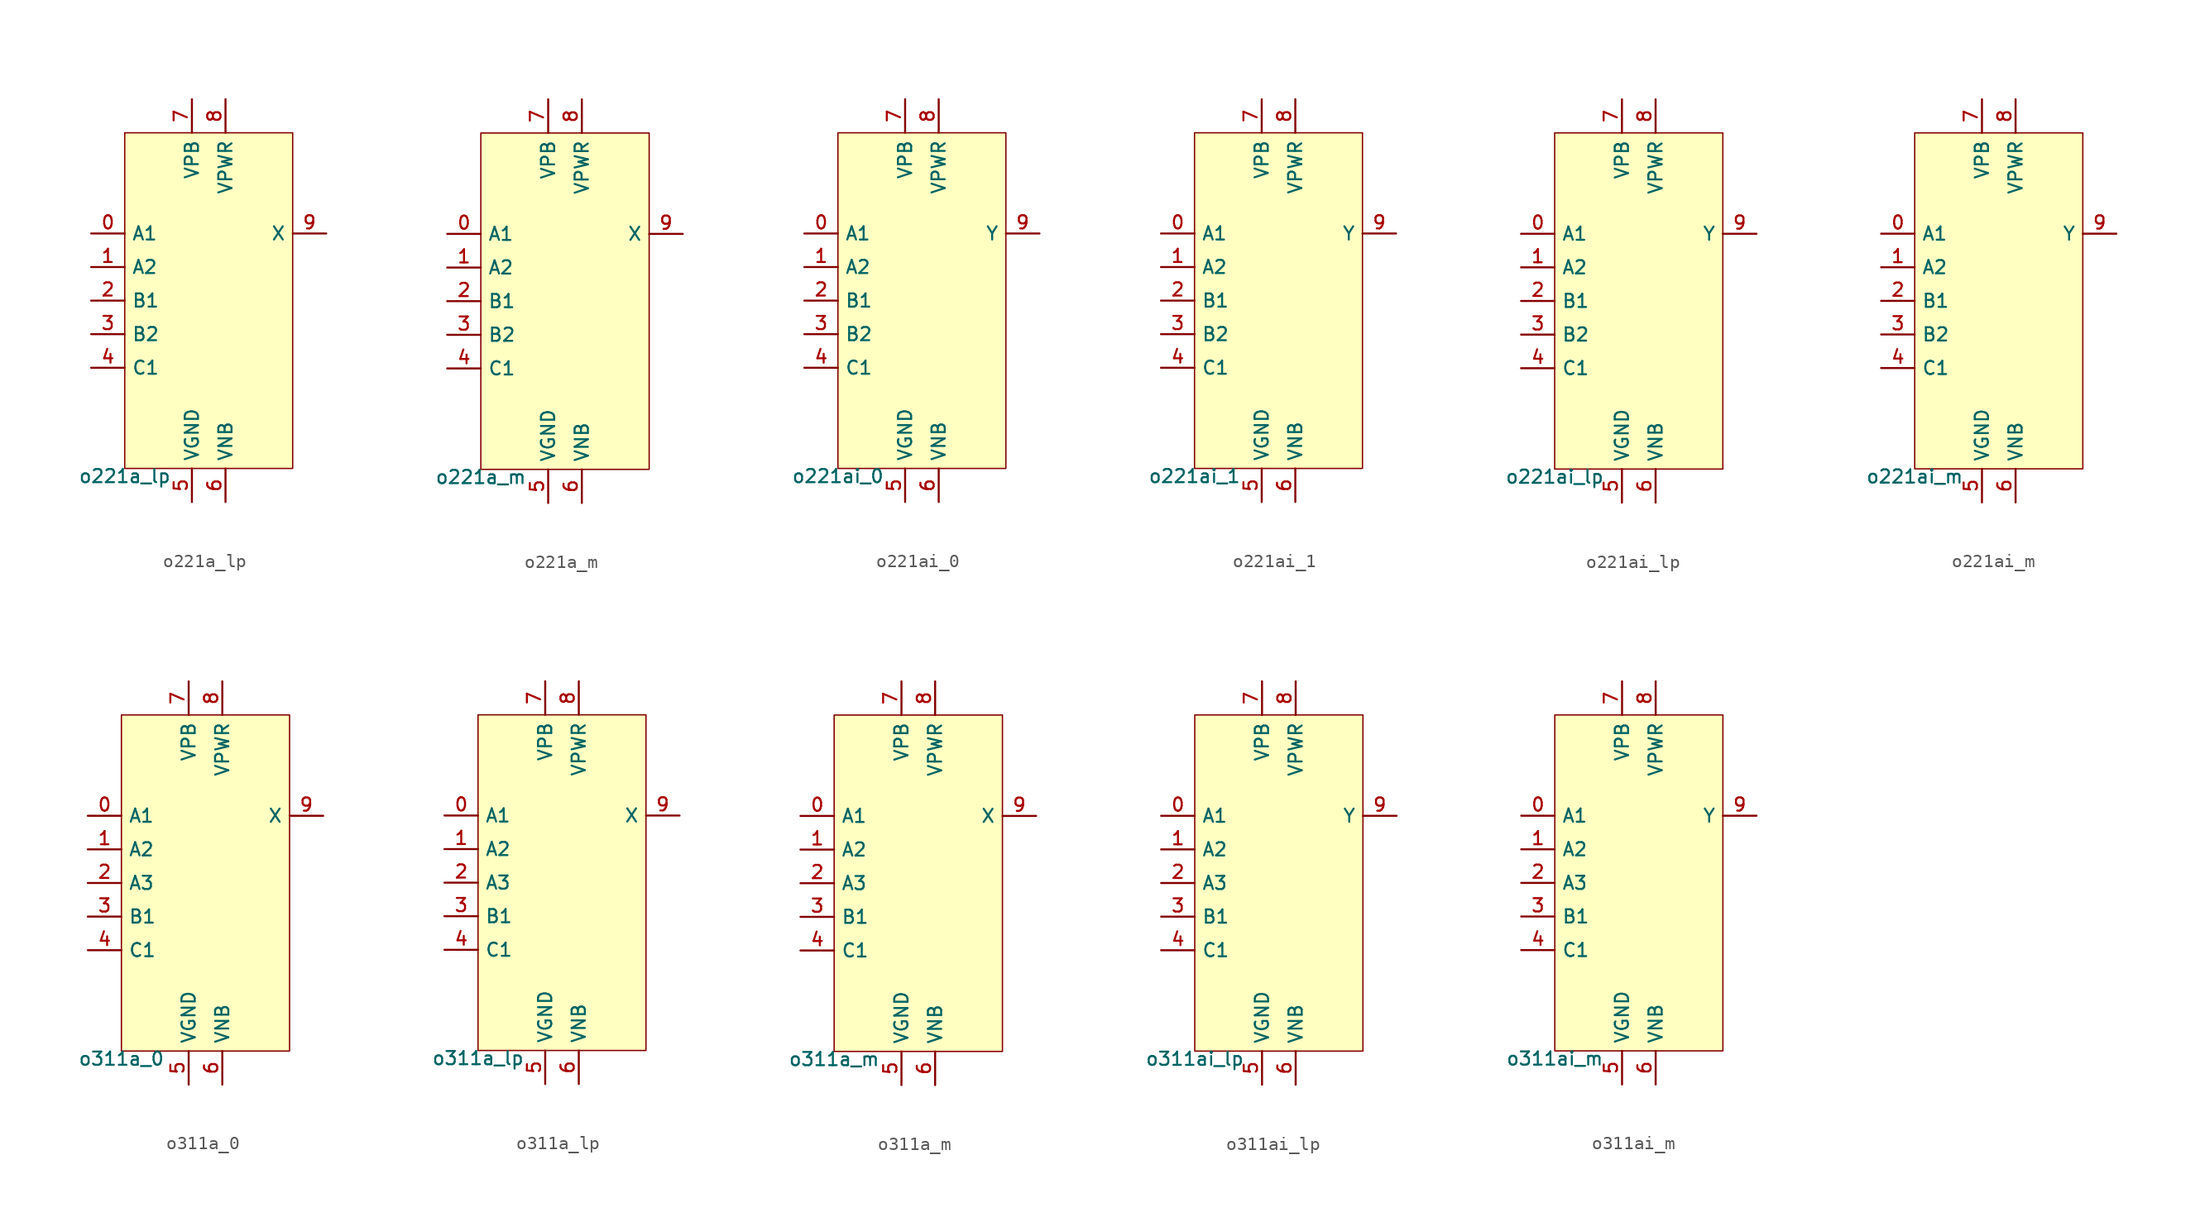
<source format=kicad_sym>
(kicad_symbol_lib
  (version 20211014)
  (generator pdk2kicad)
  (symbol "o221a_lp"
    (property "Reference" "X"
      (at 0 0 0)
      (effects (font (size 1 1)) hide))
    (property "Value" "o221a_lp"
      (at -6.35 -12.7 0)
      (effects (font (size 1 1)) (justify top)))
    (rectangle
      (start -6.35 -12.7)
      (end 6.35 12.7)
      (stroke (width 0.1) (type solid) (color 0 0 0 0))
      (fill (type background)))
    (pin input line
      (at -8.89 5.08 0)
      (length 2.54)
      (name "A1" (effects (font (size 1 1)) hide))
      (number "0" (effects (font (size 1 1)) hide)))
    (pin input line
      (at -8.89 2.54 0)
      (length 2.54)
      (name "A2" (effects (font (size 1 1)) hide))
      (number "1" (effects (font (size 1 1)) hide)))
    (pin input line
      (at -8.89 -8.881784197001252e-16 0)
      (length 2.54)
      (name "B1" (effects (font (size 1 1)) hide))
      (number "2" (effects (font (size 1 1)) hide)))
    (pin input line
      (at -8.89 -2.54 0)
      (length 2.54)
      (name "B2" (effects (font (size 1 1)) hide))
      (number "3" (effects (font (size 1 1)) hide)))
    (pin input line
      (at -8.89 -5.08 0)
      (length 2.54)
      (name "C1" (effects (font (size 1 1)) hide))
      (number "4" (effects (font (size 1 1)) hide)))
    (pin power_in line
      (at -1.27 -15.24 90)
      (length 2.54)
      (name "VGND" (effects (font (size 1 1)) hide))
      (number "5" (effects (font (size 1 1)) hide)))
    (pin power_in line
      (at 1.27 -15.24 90)
      (length 2.54)
      (name "VNB" (effects (font (size 1 1)) hide))
      (number "6" (effects (font (size 1 1)) hide)))
    (pin power_in line
      (at -1.27 15.24 270)
      (length 2.54)
      (name "VPB" (effects (font (size 1 1)) hide))
      (number "7" (effects (font (size 1 1)) hide)))
    (pin power_in line
      (at 1.27 15.24 270)
      (length 2.54)
      (name "VPWR" (effects (font (size 1 1)) hide))
      (number "8" (effects (font (size 1 1)) hide)))
    (pin output line
      (at 8.89 5.08 180)
      (length 2.54)
      (name "X" (effects (font (size 1 1)) hide))
      (number "9" (effects (font (size 1 1)) hide))))
  (symbol "o221a_m"
    (property "Reference" "X"
      (at 0 0 0)
      (effects (font (size 1 1)) hide))
    (property "Value" "o221a_m"
      (at -6.35 -12.7 0)
      (effects (font (size 1 1)) (justify top)))
    (rectangle
      (start -6.35 -12.7)
      (end 6.35 12.7)
      (stroke (width 0.1) (type solid) (color 0 0 0 0))
      (fill (type background)))
    (pin input line
      (at -8.89 5.08 0)
      (length 2.54)
      (name "A1" (effects (font (size 1 1)) hide))
      (number "0" (effects (font (size 1 1)) hide)))
    (pin input line
      (at -8.89 2.54 0)
      (length 2.54)
      (name "A2" (effects (font (size 1 1)) hide))
      (number "1" (effects (font (size 1 1)) hide)))
    (pin input line
      (at -8.89 -8.881784197001252e-16 0)
      (length 2.54)
      (name "B1" (effects (font (size 1 1)) hide))
      (number "2" (effects (font (size 1 1)) hide)))
    (pin input line
      (at -8.89 -2.54 0)
      (length 2.54)
      (name "B2" (effects (font (size 1 1)) hide))
      (number "3" (effects (font (size 1 1)) hide)))
    (pin input line
      (at -8.89 -5.08 0)
      (length 2.54)
      (name "C1" (effects (font (size 1 1)) hide))
      (number "4" (effects (font (size 1 1)) hide)))
    (pin power_in line
      (at -1.27 -15.24 90)
      (length 2.54)
      (name "VGND" (effects (font (size 1 1)) hide))
      (number "5" (effects (font (size 1 1)) hide)))
    (pin power_in line
      (at 1.27 -15.24 90)
      (length 2.54)
      (name "VNB" (effects (font (size 1 1)) hide))
      (number "6" (effects (font (size 1 1)) hide)))
    (pin power_in line
      (at -1.27 15.24 270)
      (length 2.54)
      (name "VPB" (effects (font (size 1 1)) hide))
      (number "7" (effects (font (size 1 1)) hide)))
    (pin power_in line
      (at 1.27 15.24 270)
      (length 2.54)
      (name "VPWR" (effects (font (size 1 1)) hide))
      (number "8" (effects (font (size 1 1)) hide)))
    (pin output line
      (at 8.89 5.08 180)
      (length 2.54)
      (name "X" (effects (font (size 1 1)) hide))
      (number "9" (effects (font (size 1 1)) hide))))
  (symbol "o221ai_0"
    (property "Reference" "X"
      (at 0 0 0)
      (effects (font (size 1 1)) hide))
    (property "Value" "o221ai_0"
      (at -6.35 -12.7 0)
      (effects (font (size 1 1)) (justify top)))
    (rectangle
      (start -6.35 -12.7)
      (end 6.35 12.7)
      (stroke (width 0.1) (type solid) (color 0 0 0 0))
      (fill (type background)))
    (pin input line
      (at -8.89 5.08 0)
      (length 2.54)
      (name "A1" (effects (font (size 1 1)) hide))
      (number "0" (effects (font (size 1 1)) hide)))
    (pin input line
      (at -8.89 2.54 0)
      (length 2.54)
      (name "A2" (effects (font (size 1 1)) hide))
      (number "1" (effects (font (size 1 1)) hide)))
    (pin input line
      (at -8.89 -8.881784197001252e-16 0)
      (length 2.54)
      (name "B1" (effects (font (size 1 1)) hide))
      (number "2" (effects (font (size 1 1)) hide)))
    (pin input line
      (at -8.89 -2.54 0)
      (length 2.54)
      (name "B2" (effects (font (size 1 1)) hide))
      (number "3" (effects (font (size 1 1)) hide)))
    (pin input line
      (at -8.89 -5.08 0)
      (length 2.54)
      (name "C1" (effects (font (size 1 1)) hide))
      (number "4" (effects (font (size 1 1)) hide)))
    (pin power_in line
      (at -1.27 -15.24 90)
      (length 2.54)
      (name "VGND" (effects (font (size 1 1)) hide))
      (number "5" (effects (font (size 1 1)) hide)))
    (pin power_in line
      (at 1.27 -15.24 90)
      (length 2.54)
      (name "VNB" (effects (font (size 1 1)) hide))
      (number "6" (effects (font (size 1 1)) hide)))
    (pin power_in line
      (at -1.27 15.24 270)
      (length 2.54)
      (name "VPB" (effects (font (size 1 1)) hide))
      (number "7" (effects (font (size 1 1)) hide)))
    (pin power_in line
      (at 1.27 15.24 270)
      (length 2.54)
      (name "VPWR" (effects (font (size 1 1)) hide))
      (number "8" (effects (font (size 1 1)) hide)))
    (pin output line
      (at 8.89 5.08 180)
      (length 2.54)
      (name "Y" (effects (font (size 1 1)) hide))
      (number "9" (effects (font (size 1 1)) hide))))
  (symbol "o221ai_1"
    (property "Reference" "X"
      (at 0 0 0)
      (effects (font (size 1 1)) hide))
    (property "Value" "o221ai_1"
      (at -6.35 -12.7 0)
      (effects (font (size 1 1)) (justify top)))
    (rectangle
      (start -6.35 -12.7)
      (end 6.35 12.7)
      (stroke (width 0.1) (type solid) (color 0 0 0 0))
      (fill (type background)))
    (pin input line
      (at -8.89 5.08 0)
      (length 2.54)
      (name "A1" (effects (font (size 1 1)) hide))
      (number "0" (effects (font (size 1 1)) hide)))
    (pin input line
      (at -8.89 2.54 0)
      (length 2.54)
      (name "A2" (effects (font (size 1 1)) hide))
      (number "1" (effects (font (size 1 1)) hide)))
    (pin input line
      (at -8.89 -8.881784197001252e-16 0)
      (length 2.54)
      (name "B1" (effects (font (size 1 1)) hide))
      (number "2" (effects (font (size 1 1)) hide)))
    (pin input line
      (at -8.89 -2.54 0)
      (length 2.54)
      (name "B2" (effects (font (size 1 1)) hide))
      (number "3" (effects (font (size 1 1)) hide)))
    (pin input line
      (at -8.89 -5.08 0)
      (length 2.54)
      (name "C1" (effects (font (size 1 1)) hide))
      (number "4" (effects (font (size 1 1)) hide)))
    (pin power_in line
      (at -1.27 -15.24 90)
      (length 2.54)
      (name "VGND" (effects (font (size 1 1)) hide))
      (number "5" (effects (font (size 1 1)) hide)))
    (pin power_in line
      (at 1.27 -15.24 90)
      (length 2.54)
      (name "VNB" (effects (font (size 1 1)) hide))
      (number "6" (effects (font (size 1 1)) hide)))
    (pin power_in line
      (at -1.27 15.24 270)
      (length 2.54)
      (name "VPB" (effects (font (size 1 1)) hide))
      (number "7" (effects (font (size 1 1)) hide)))
    (pin power_in line
      (at 1.27 15.24 270)
      (length 2.54)
      (name "VPWR" (effects (font (size 1 1)) hide))
      (number "8" (effects (font (size 1 1)) hide)))
    (pin output line
      (at 8.89 5.08 180)
      (length 2.54)
      (name "Y" (effects (font (size 1 1)) hide))
      (number "9" (effects (font (size 1 1)) hide))))
  (symbol "o221ai_lp"
    (property "Reference" "X"
      (at 0 0 0)
      (effects (font (size 1 1)) hide))
    (property "Value" "o221ai_lp"
      (at -6.35 -12.7 0)
      (effects (font (size 1 1)) (justify top)))
    (rectangle
      (start -6.35 -12.7)
      (end 6.35 12.7)
      (stroke (width 0.1) (type solid) (color 0 0 0 0))
      (fill (type background)))
    (pin input line
      (at -8.89 5.08 0)
      (length 2.54)
      (name "A1" (effects (font (size 1 1)) hide))
      (number "0" (effects (font (size 1 1)) hide)))
    (pin input line
      (at -8.89 2.54 0)
      (length 2.54)
      (name "A2" (effects (font (size 1 1)) hide))
      (number "1" (effects (font (size 1 1)) hide)))
    (pin input line
      (at -8.89 -8.881784197001252e-16 0)
      (length 2.54)
      (name "B1" (effects (font (size 1 1)) hide))
      (number "2" (effects (font (size 1 1)) hide)))
    (pin input line
      (at -8.89 -2.54 0)
      (length 2.54)
      (name "B2" (effects (font (size 1 1)) hide))
      (number "3" (effects (font (size 1 1)) hide)))
    (pin input line
      (at -8.89 -5.08 0)
      (length 2.54)
      (name "C1" (effects (font (size 1 1)) hide))
      (number "4" (effects (font (size 1 1)) hide)))
    (pin power_in line
      (at -1.27 -15.24 90)
      (length 2.54)
      (name "VGND" (effects (font (size 1 1)) hide))
      (number "5" (effects (font (size 1 1)) hide)))
    (pin power_in line
      (at 1.27 -15.24 90)
      (length 2.54)
      (name "VNB" (effects (font (size 1 1)) hide))
      (number "6" (effects (font (size 1 1)) hide)))
    (pin power_in line
      (at -1.27 15.24 270)
      (length 2.54)
      (name "VPB" (effects (font (size 1 1)) hide))
      (number "7" (effects (font (size 1 1)) hide)))
    (pin power_in line
      (at 1.27 15.24 270)
      (length 2.54)
      (name "VPWR" (effects (font (size 1 1)) hide))
      (number "8" (effects (font (size 1 1)) hide)))
    (pin output line
      (at 8.89 5.08 180)
      (length 2.54)
      (name "Y" (effects (font (size 1 1)) hide))
      (number "9" (effects (font (size 1 1)) hide))))
  (symbol "o221ai_m"
    (property "Reference" "X"
      (at 0 0 0)
      (effects (font (size 1 1)) hide))
    (property "Value" "o221ai_m"
      (at -6.35 -12.7 0)
      (effects (font (size 1 1)) (justify top)))
    (rectangle
      (start -6.35 -12.7)
      (end 6.35 12.7)
      (stroke (width 0.1) (type solid) (color 0 0 0 0))
      (fill (type background)))
    (pin input line
      (at -8.89 5.08 0)
      (length 2.54)
      (name "A1" (effects (font (size 1 1)) hide))
      (number "0" (effects (font (size 1 1)) hide)))
    (pin input line
      (at -8.89 2.54 0)
      (length 2.54)
      (name "A2" (effects (font (size 1 1)) hide))
      (number "1" (effects (font (size 1 1)) hide)))
    (pin input line
      (at -8.89 -8.881784197001252e-16 0)
      (length 2.54)
      (name "B1" (effects (font (size 1 1)) hide))
      (number "2" (effects (font (size 1 1)) hide)))
    (pin input line
      (at -8.89 -2.54 0)
      (length 2.54)
      (name "B2" (effects (font (size 1 1)) hide))
      (number "3" (effects (font (size 1 1)) hide)))
    (pin input line
      (at -8.89 -5.08 0)
      (length 2.54)
      (name "C1" (effects (font (size 1 1)) hide))
      (number "4" (effects (font (size 1 1)) hide)))
    (pin power_in line
      (at -1.27 -15.24 90)
      (length 2.54)
      (name "VGND" (effects (font (size 1 1)) hide))
      (number "5" (effects (font (size 1 1)) hide)))
    (pin power_in line
      (at 1.27 -15.24 90)
      (length 2.54)
      (name "VNB" (effects (font (size 1 1)) hide))
      (number "6" (effects (font (size 1 1)) hide)))
    (pin power_in line
      (at -1.27 15.24 270)
      (length 2.54)
      (name "VPB" (effects (font (size 1 1)) hide))
      (number "7" (effects (font (size 1 1)) hide)))
    (pin power_in line
      (at 1.27 15.24 270)
      (length 2.54)
      (name "VPWR" (effects (font (size 1 1)) hide))
      (number "8" (effects (font (size 1 1)) hide)))
    (pin output line
      (at 8.89 5.08 180)
      (length 2.54)
      (name "Y" (effects (font (size 1 1)) hide))
      (number "9" (effects (font (size 1 1)) hide))))
  (symbol "o311a_0"
    (property "Reference" "X"
      (at 0 0 0)
      (effects (font (size 1 1)) hide))
    (property "Value" "o311a_0"
      (at -6.35 -12.7 0)
      (effects (font (size 1 1)) (justify top)))
    (rectangle
      (start -6.35 -12.7)
      (end 6.35 12.7)
      (stroke (width 0.1) (type solid) (color 0 0 0 0))
      (fill (type background)))
    (pin input line
      (at -8.89 5.08 0)
      (length 2.54)
      (name "A1" (effects (font (size 1 1)) hide))
      (number "0" (effects (font (size 1 1)) hide)))
    (pin input line
      (at -8.89 2.54 0)
      (length 2.54)
      (name "A2" (effects (font (size 1 1)) hide))
      (number "1" (effects (font (size 1 1)) hide)))
    (pin input line
      (at -8.89 -8.881784197001252e-16 0)
      (length 2.54)
      (name "A3" (effects (font (size 1 1)) hide))
      (number "2" (effects (font (size 1 1)) hide)))
    (pin input line
      (at -8.89 -2.54 0)
      (length 2.54)
      (name "B1" (effects (font (size 1 1)) hide))
      (number "3" (effects (font (size 1 1)) hide)))
    (pin input line
      (at -8.89 -5.08 0)
      (length 2.54)
      (name "C1" (effects (font (size 1 1)) hide))
      (number "4" (effects (font (size 1 1)) hide)))
    (pin power_in line
      (at -1.27 -15.24 90)
      (length 2.54)
      (name "VGND" (effects (font (size 1 1)) hide))
      (number "5" (effects (font (size 1 1)) hide)))
    (pin power_in line
      (at 1.27 -15.24 90)
      (length 2.54)
      (name "VNB" (effects (font (size 1 1)) hide))
      (number "6" (effects (font (size 1 1)) hide)))
    (pin power_in line
      (at -1.27 15.24 270)
      (length 2.54)
      (name "VPB" (effects (font (size 1 1)) hide))
      (number "7" (effects (font (size 1 1)) hide)))
    (pin power_in line
      (at 1.27 15.24 270)
      (length 2.54)
      (name "VPWR" (effects (font (size 1 1)) hide))
      (number "8" (effects (font (size 1 1)) hide)))
    (pin output line
      (at 8.89 5.08 180)
      (length 2.54)
      (name "X" (effects (font (size 1 1)) hide))
      (number "9" (effects (font (size 1 1)) hide))))
  (symbol "o311a_lp"
    (property "Reference" "X"
      (at 0 0 0)
      (effects (font (size 1 1)) hide))
    (property "Value" "o311a_lp"
      (at -6.35 -12.7 0)
      (effects (font (size 1 1)) (justify top)))
    (rectangle
      (start -6.35 -12.7)
      (end 6.35 12.7)
      (stroke (width 0.1) (type solid) (color 0 0 0 0))
      (fill (type background)))
    (pin input line
      (at -8.89 5.08 0)
      (length 2.54)
      (name "A1" (effects (font (size 1 1)) hide))
      (number "0" (effects (font (size 1 1)) hide)))
    (pin input line
      (at -8.89 2.54 0)
      (length 2.54)
      (name "A2" (effects (font (size 1 1)) hide))
      (number "1" (effects (font (size 1 1)) hide)))
    (pin input line
      (at -8.89 -8.881784197001252e-16 0)
      (length 2.54)
      (name "A3" (effects (font (size 1 1)) hide))
      (number "2" (effects (font (size 1 1)) hide)))
    (pin input line
      (at -8.89 -2.54 0)
      (length 2.54)
      (name "B1" (effects (font (size 1 1)) hide))
      (number "3" (effects (font (size 1 1)) hide)))
    (pin input line
      (at -8.89 -5.08 0)
      (length 2.54)
      (name "C1" (effects (font (size 1 1)) hide))
      (number "4" (effects (font (size 1 1)) hide)))
    (pin power_in line
      (at -1.27 -15.24 90)
      (length 2.54)
      (name "VGND" (effects (font (size 1 1)) hide))
      (number "5" (effects (font (size 1 1)) hide)))
    (pin power_in line
      (at 1.27 -15.24 90)
      (length 2.54)
      (name "VNB" (effects (font (size 1 1)) hide))
      (number "6" (effects (font (size 1 1)) hide)))
    (pin power_in line
      (at -1.27 15.24 270)
      (length 2.54)
      (name "VPB" (effects (font (size 1 1)) hide))
      (number "7" (effects (font (size 1 1)) hide)))
    (pin power_in line
      (at 1.27 15.24 270)
      (length 2.54)
      (name "VPWR" (effects (font (size 1 1)) hide))
      (number "8" (effects (font (size 1 1)) hide)))
    (pin output line
      (at 8.89 5.08 180)
      (length 2.54)
      (name "X" (effects (font (size 1 1)) hide))
      (number "9" (effects (font (size 1 1)) hide))))
  (symbol "o311a_m"
    (property "Reference" "X"
      (at 0 0 0)
      (effects (font (size 1 1)) hide))
    (property "Value" "o311a_m"
      (at -6.35 -12.7 0)
      (effects (font (size 1 1)) (justify top)))
    (rectangle
      (start -6.35 -12.7)
      (end 6.35 12.7)
      (stroke (width 0.1) (type solid) (color 0 0 0 0))
      (fill (type background)))
    (pin input line
      (at -8.89 5.08 0)
      (length 2.54)
      (name "A1" (effects (font (size 1 1)) hide))
      (number "0" (effects (font (size 1 1)) hide)))
    (pin input line
      (at -8.89 2.54 0)
      (length 2.54)
      (name "A2" (effects (font (size 1 1)) hide))
      (number "1" (effects (font (size 1 1)) hide)))
    (pin input line
      (at -8.89 -8.881784197001252e-16 0)
      (length 2.54)
      (name "A3" (effects (font (size 1 1)) hide))
      (number "2" (effects (font (size 1 1)) hide)))
    (pin input line
      (at -8.89 -2.54 0)
      (length 2.54)
      (name "B1" (effects (font (size 1 1)) hide))
      (number "3" (effects (font (size 1 1)) hide)))
    (pin input line
      (at -8.89 -5.08 0)
      (length 2.54)
      (name "C1" (effects (font (size 1 1)) hide))
      (number "4" (effects (font (size 1 1)) hide)))
    (pin power_in line
      (at -1.27 -15.24 90)
      (length 2.54)
      (name "VGND" (effects (font (size 1 1)) hide))
      (number "5" (effects (font (size 1 1)) hide)))
    (pin power_in line
      (at 1.27 -15.24 90)
      (length 2.54)
      (name "VNB" (effects (font (size 1 1)) hide))
      (number "6" (effects (font (size 1 1)) hide)))
    (pin power_in line
      (at -1.27 15.24 270)
      (length 2.54)
      (name "VPB" (effects (font (size 1 1)) hide))
      (number "7" (effects (font (size 1 1)) hide)))
    (pin power_in line
      (at 1.27 15.24 270)
      (length 2.54)
      (name "VPWR" (effects (font (size 1 1)) hide))
      (number "8" (effects (font (size 1 1)) hide)))
    (pin output line
      (at 8.89 5.08 180)
      (length 2.54)
      (name "X" (effects (font (size 1 1)) hide))
      (number "9" (effects (font (size 1 1)) hide))))
  (symbol "o311ai_lp"
    (property "Reference" "X"
      (at 0 0 0)
      (effects (font (size 1 1)) hide))
    (property "Value" "o311ai_lp"
      (at -6.35 -12.7 0)
      (effects (font (size 1 1)) (justify top)))
    (rectangle
      (start -6.35 -12.7)
      (end 6.35 12.7)
      (stroke (width 0.1) (type solid) (color 0 0 0 0))
      (fill (type background)))
    (pin input line
      (at -8.89 5.08 0)
      (length 2.54)
      (name "A1" (effects (font (size 1 1)) hide))
      (number "0" (effects (font (size 1 1)) hide)))
    (pin input line
      (at -8.89 2.54 0)
      (length 2.54)
      (name "A2" (effects (font (size 1 1)) hide))
      (number "1" (effects (font (size 1 1)) hide)))
    (pin input line
      (at -8.89 -8.881784197001252e-16 0)
      (length 2.54)
      (name "A3" (effects (font (size 1 1)) hide))
      (number "2" (effects (font (size 1 1)) hide)))
    (pin input line
      (at -8.89 -2.54 0)
      (length 2.54)
      (name "B1" (effects (font (size 1 1)) hide))
      (number "3" (effects (font (size 1 1)) hide)))
    (pin input line
      (at -8.89 -5.08 0)
      (length 2.54)
      (name "C1" (effects (font (size 1 1)) hide))
      (number "4" (effects (font (size 1 1)) hide)))
    (pin power_in line
      (at -1.27 -15.24 90)
      (length 2.54)
      (name "VGND" (effects (font (size 1 1)) hide))
      (number "5" (effects (font (size 1 1)) hide)))
    (pin power_in line
      (at 1.27 -15.24 90)
      (length 2.54)
      (name "VNB" (effects (font (size 1 1)) hide))
      (number "6" (effects (font (size 1 1)) hide)))
    (pin power_in line
      (at -1.27 15.24 270)
      (length 2.54)
      (name "VPB" (effects (font (size 1 1)) hide))
      (number "7" (effects (font (size 1 1)) hide)))
    (pin power_in line
      (at 1.27 15.24 270)
      (length 2.54)
      (name "VPWR" (effects (font (size 1 1)) hide))
      (number "8" (effects (font (size 1 1)) hide)))
    (pin output line
      (at 8.89 5.08 180)
      (length 2.54)
      (name "Y" (effects (font (size 1 1)) hide))
      (number "9" (effects (font (size 1 1)) hide))))
  (symbol "o311ai_m"
    (property "Reference" "X"
      (at 0 0 0)
      (effects (font (size 1 1)) hide))
    (property "Value" "o311ai_m"
      (at -6.35 -12.7 0)
      (effects (font (size 1 1)) (justify top)))
    (rectangle
      (start -6.35 -12.7)
      (end 6.35 12.7)
      (stroke (width 0.1) (type solid) (color 0 0 0 0))
      (fill (type background)))
    (pin input line
      (at -8.89 5.08 0)
      (length 2.54)
      (name "A1" (effects (font (size 1 1)) hide))
      (number "0" (effects (font (size 1 1)) hide)))
    (pin input line
      (at -8.89 2.54 0)
      (length 2.54)
      (name "A2" (effects (font (size 1 1)) hide))
      (number "1" (effects (font (size 1 1)) hide)))
    (pin input line
      (at -8.89 -8.881784197001252e-16 0)
      (length 2.54)
      (name "A3" (effects (font (size 1 1)) hide))
      (number "2" (effects (font (size 1 1)) hide)))
    (pin input line
      (at -8.89 -2.54 0)
      (length 2.54)
      (name "B1" (effects (font (size 1 1)) hide))
      (number "3" (effects (font (size 1 1)) hide)))
    (pin input line
      (at -8.89 -5.08 0)
      (length 2.54)
      (name "C1" (effects (font (size 1 1)) hide))
      (number "4" (effects (font (size 1 1)) hide)))
    (pin power_in line
      (at -1.27 -15.24 90)
      (length 2.54)
      (name "VGND" (effects (font (size 1 1)) hide))
      (number "5" (effects (font (size 1 1)) hide)))
    (pin power_in line
      (at 1.27 -15.24 90)
      (length 2.54)
      (name "VNB" (effects (font (size 1 1)) hide))
      (number "6" (effects (font (size 1 1)) hide)))
    (pin power_in line
      (at -1.27 15.24 270)
      (length 2.54)
      (name "VPB" (effects (font (size 1 1)) hide))
      (number "7" (effects (font (size 1 1)) hide)))
    (pin power_in line
      (at 1.27 15.24 270)
      (length 2.54)
      (name "VPWR" (effects (font (size 1 1)) hide))
      (number "8" (effects (font (size 1 1)) hide)))
    (pin output line
      (at 8.89 5.08 180)
      (length 2.54)
      (name "Y" (effects (font (size 1 1)) hide))
      (number "9" (effects (font (size 1 1)) hide)))))
</source>
